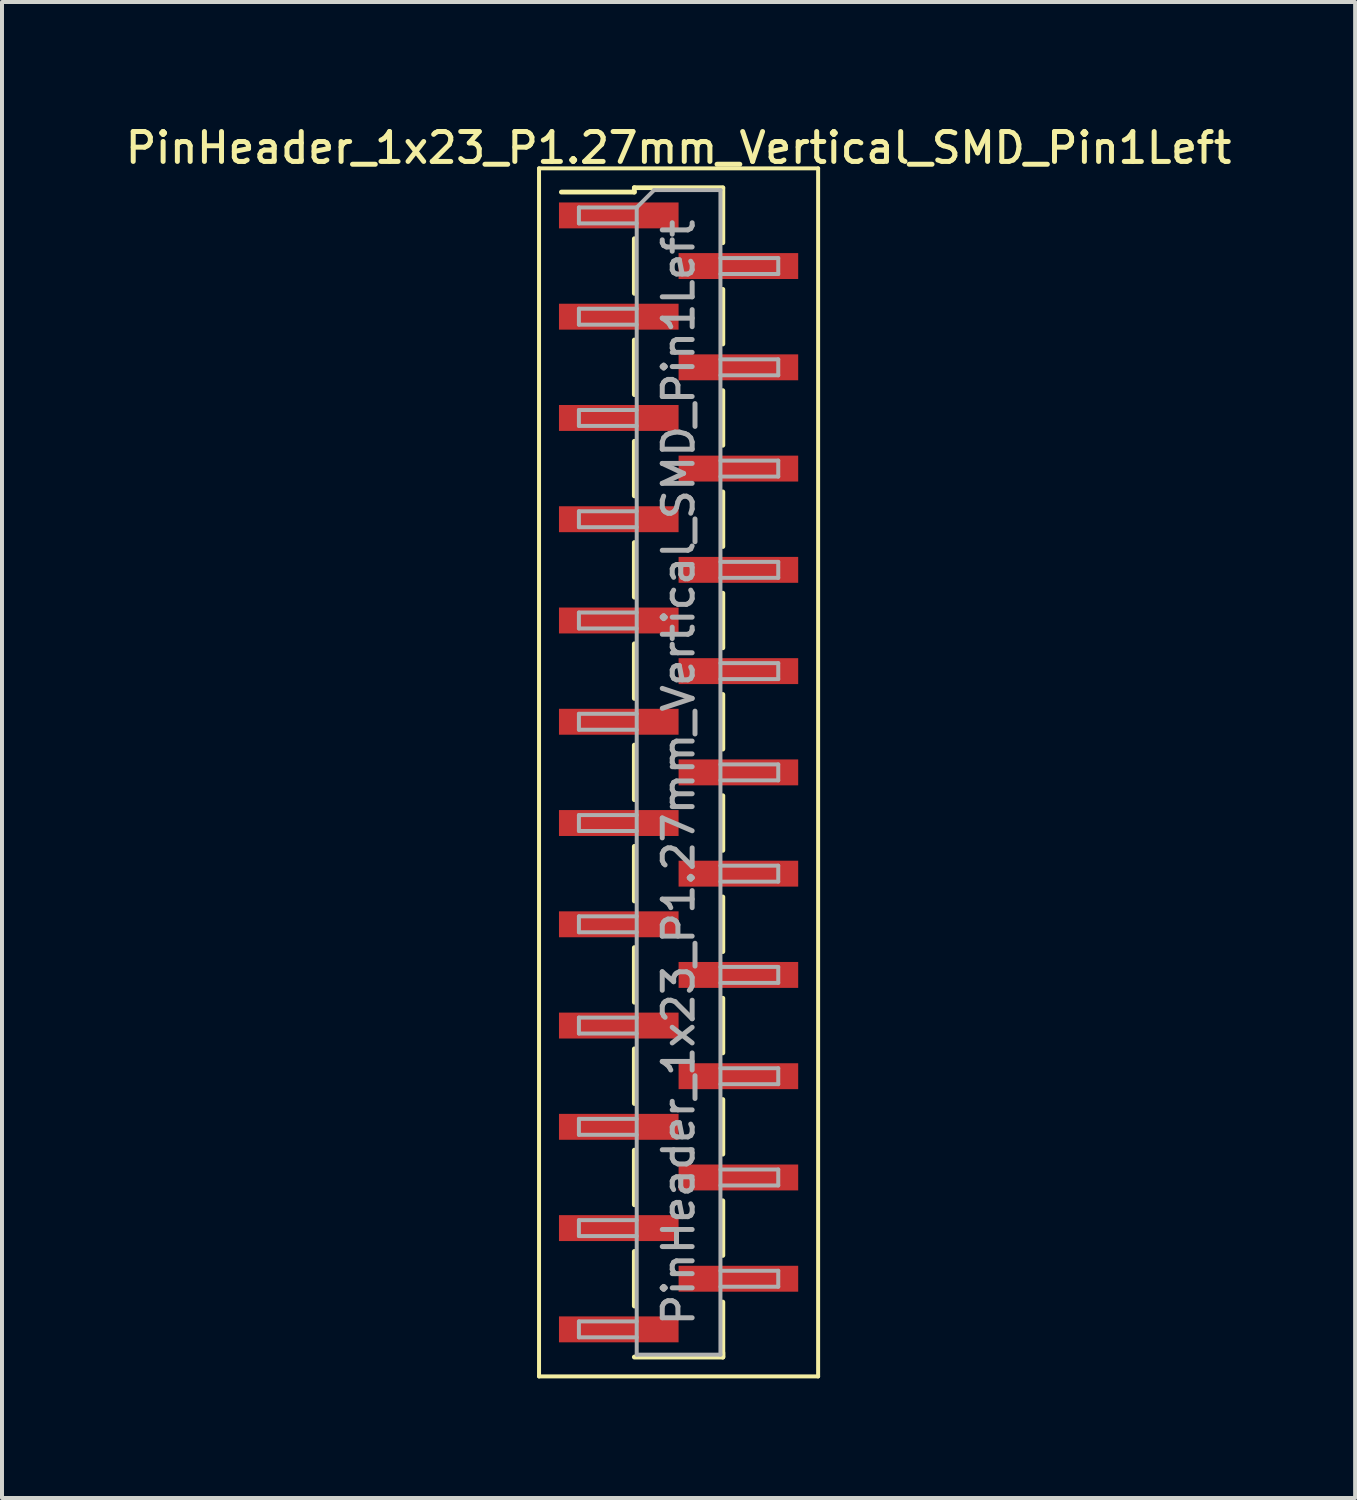
<source format=kicad_pcb>
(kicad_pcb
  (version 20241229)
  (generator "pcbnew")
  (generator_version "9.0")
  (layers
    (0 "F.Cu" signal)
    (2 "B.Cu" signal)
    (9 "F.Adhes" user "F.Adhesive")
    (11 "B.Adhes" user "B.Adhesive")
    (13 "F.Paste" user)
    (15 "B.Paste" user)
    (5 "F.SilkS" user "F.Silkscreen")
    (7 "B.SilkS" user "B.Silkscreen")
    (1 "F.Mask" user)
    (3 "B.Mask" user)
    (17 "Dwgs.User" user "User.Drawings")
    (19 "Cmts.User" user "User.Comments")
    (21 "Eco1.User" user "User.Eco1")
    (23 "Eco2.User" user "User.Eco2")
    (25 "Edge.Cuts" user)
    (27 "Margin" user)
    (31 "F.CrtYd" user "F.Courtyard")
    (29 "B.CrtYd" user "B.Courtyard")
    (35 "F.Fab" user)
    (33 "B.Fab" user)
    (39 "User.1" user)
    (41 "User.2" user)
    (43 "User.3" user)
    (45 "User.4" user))
  (footprint "PinHeader_1x23_P1.27mm_Vertical_SMD_Pin1Left"
    (layer "F.Cu")
    (at 13.97 16.323)
    (property "Reference" "PinHeader_1x23_P1.27mm_Vertical_SMD_Pin1Left" (at 0 -15.665 0) (layer "F.SilkS") (effects (font (size 0.75 0.75) (thickness 0.125))))
    (attr smd)
    (fp_line (start -3.5 -15.15) (end -3.5 15.15) (stroke (width 0.1) (type solid)) (layer "F.SilkS"))
    (fp_line (start -3.5 15.15) (end 3.5 15.15) (stroke (width 0.1) (type solid)) (layer "F.SilkS"))
    (fp_line (start -1.11 -14.665) (end -1.11 -14.555) (stroke (width 0.12) (type solid)) (layer "F.SilkS"))
    (fp_line (start -1.11 -14.665) (end 1.11 -14.665) (stroke (width 0.12) (type solid)) (layer "F.SilkS"))
    (fp_line (start -1.11 -14.555) (end -2.94 -14.555) (stroke (width 0.12) (type solid)) (layer "F.SilkS"))
    (fp_line (start -1.11 -13.385) (end -1.11 -12.015) (stroke (width 0.12) (type solid)) (layer "F.SilkS"))
    (fp_line (start -1.11 -10.845) (end -1.11 -9.475) (stroke (width 0.12) (type solid)) (layer "F.SilkS"))
    (fp_line (start -1.11 -8.305) (end -1.11 -6.935) (stroke (width 0.12) (type solid)) (layer "F.SilkS"))
    (fp_line (start -1.11 -5.765) (end -1.11 -4.395) (stroke (width 0.12) (type solid)) (layer "F.SilkS"))
    (fp_line (start -1.11 -3.225) (end -1.11 -1.855) (stroke (width 0.12) (type solid)) (layer "F.SilkS"))
    (fp_line (start -1.11 -0.685) (end -1.11 0.685) (stroke (width 0.12) (type solid)) (layer "F.SilkS"))
    (fp_line (start -1.11 1.855) (end -1.11 3.225) (stroke (width 0.12) (type solid)) (layer "F.SilkS"))
    (fp_line (start -1.11 4.395) (end -1.11 5.765) (stroke (width 0.12) (type solid)) (layer "F.SilkS"))
    (fp_line (start -1.11 6.935) (end -1.11 8.305) (stroke (width 0.12) (type solid)) (layer "F.SilkS"))
    (fp_line (start -1.11 9.475) (end -1.11 10.845) (stroke (width 0.12) (type solid)) (layer "F.SilkS"))
    (fp_line (start -1.11 12.015) (end -1.11 13.385) (stroke (width 0.12) (type solid)) (layer "F.SilkS"))
    (fp_line (start -1.11 14.665) (end 1.11 14.665) (stroke (width 0.12) (type solid)) (layer "F.SilkS"))
    (fp_line (start 1.11 -14.655) (end 1.11 -13.285) (stroke (width 0.12) (type solid)) (layer "F.SilkS"))
    (fp_line (start 1.11 -12.115) (end 1.11 -10.745) (stroke (width 0.12) (type solid)) (layer "F.SilkS"))
    (fp_line (start 1.11 -9.575) (end 1.11 -8.205) (stroke (width 0.12) (type solid)) (layer "F.SilkS"))
    (fp_line (start 1.11 -7.035) (end 1.11 -5.665) (stroke (width 0.12) (type solid)) (layer "F.SilkS"))
    (fp_line (start 1.11 -4.495) (end 1.11 -3.125) (stroke (width 0.12) (type solid)) (layer "F.SilkS"))
    (fp_line (start 1.11 -1.955) (end 1.11 -0.585) (stroke (width 0.12) (type solid)) (layer "F.SilkS"))
    (fp_line (start 1.11 0.585) (end 1.11 1.955) (stroke (width 0.12) (type solid)) (layer "F.SilkS"))
    (fp_line (start 1.11 3.125) (end 1.11 4.495) (stroke (width 0.12) (type solid)) (layer "F.SilkS"))
    (fp_line (start 1.11 5.665) (end 1.11 7.035) (stroke (width 0.12) (type solid)) (layer "F.SilkS"))
    (fp_line (start 1.11 8.205) (end 1.11 9.575) (stroke (width 0.12) (type solid)) (layer "F.SilkS"))
    (fp_line (start 1.11 10.745) (end 1.11 12.115) (stroke (width 0.12) (type solid)) (layer "F.SilkS"))
    (fp_line (start 1.11 13.285) (end 1.11 14.655) (stroke (width 0.12) (type solid)) (layer "F.SilkS"))
    (fp_line (start 1.11 14.555) (end 1.11 14.665) (stroke (width 0.12) (type solid)) (layer "F.SilkS"))
    (fp_line (start 3.5 -15.15) (end -3.5 -15.15) (stroke (width 0.1) (type solid)) (layer "F.SilkS"))
    (fp_line (start 3.5 15.15) (end 3.5 -15.15) (stroke (width 0.1) (type solid)) (layer "F.SilkS"))
    (fp_line (start -2.5 -14.17) (end -2.5 -13.77) (stroke (width 0.1) (type solid)) (layer "F.Fab"))
    (fp_line (start -2.5 -13.77) (end -1.05 -13.77) (stroke (width 0.1) (type solid)) (layer "F.Fab"))
    (fp_line (start -2.5 -11.63) (end -2.5 -11.23) (stroke (width 0.1) (type solid)) (layer "F.Fab"))
    (fp_line (start -2.5 -11.23) (end -1.05 -11.23) (stroke (width 0.1) (type solid)) (layer "F.Fab"))
    (fp_line (start -2.5 -9.09) (end -2.5 -8.69) (stroke (width 0.1) (type solid)) (layer "F.Fab"))
    (fp_line (start -2.5 -8.69) (end -1.05 -8.69) (stroke (width 0.1) (type solid)) (layer "F.Fab"))
    (fp_line (start -2.5 -6.55) (end -2.5 -6.15) (stroke (width 0.1) (type solid)) (layer "F.Fab"))
    (fp_line (start -2.5 -6.15) (end -1.05 -6.15) (stroke (width 0.1) (type solid)) (layer "F.Fab"))
    (fp_line (start -2.5 -4.01) (end -2.5 -3.61) (stroke (width 0.1) (type solid)) (layer "F.Fab"))
    (fp_line (start -2.5 -3.61) (end -1.05 -3.61) (stroke (width 0.1) (type solid)) (layer "F.Fab"))
    (fp_line (start -2.5 -1.47) (end -2.5 -1.07) (stroke (width 0.1) (type solid)) (layer "F.Fab"))
    (fp_line (start -2.5 -1.07) (end -1.05 -1.07) (stroke (width 0.1) (type solid)) (layer "F.Fab"))
    (fp_line (start -2.5 1.07) (end -2.5 1.47) (stroke (width 0.1) (type solid)) (layer "F.Fab"))
    (fp_line (start -2.5 1.47) (end -1.05 1.47) (stroke (width 0.1) (type solid)) (layer "F.Fab"))
    (fp_line (start -2.5 3.61) (end -2.5 4.01) (stroke (width 0.1) (type solid)) (layer "F.Fab"))
    (fp_line (start -2.5 4.01) (end -1.05 4.01) (stroke (width 0.1) (type solid)) (layer "F.Fab"))
    (fp_line (start -2.5 6.15) (end -2.5 6.55) (stroke (width 0.1) (type solid)) (layer "F.Fab"))
    (fp_line (start -2.5 6.55) (end -1.05 6.55) (stroke (width 0.1) (type solid)) (layer "F.Fab"))
    (fp_line (start -2.5 8.69) (end -2.5 9.09) (stroke (width 0.1) (type solid)) (layer "F.Fab"))
    (fp_line (start -2.5 9.09) (end -1.05 9.09) (stroke (width 0.1) (type solid)) (layer "F.Fab"))
    (fp_line (start -2.5 11.23) (end -2.5 11.63) (stroke (width 0.1) (type solid)) (layer "F.Fab"))
    (fp_line (start -2.5 11.63) (end -1.05 11.63) (stroke (width 0.1) (type solid)) (layer "F.Fab"))
    (fp_line (start -2.5 13.77) (end -2.5 14.17) (stroke (width 0.1) (type solid)) (layer "F.Fab"))
    (fp_line (start -2.5 14.17) (end -1.05 14.17) (stroke (width 0.1) (type solid)) (layer "F.Fab"))
    (fp_line (start -1.05 -14.17) (end -2.5 -14.17) (stroke (width 0.1) (type solid)) (layer "F.Fab"))
    (fp_line (start -1.05 -14.17) (end -0.615 -14.605) (stroke (width 0.1) (type solid)) (layer "F.Fab"))
    (fp_line (start -1.05 -11.63) (end -2.5 -11.63) (stroke (width 0.1) (type solid)) (layer "F.Fab"))
    (fp_line (start -1.05 -9.09) (end -2.5 -9.09) (stroke (width 0.1) (type solid)) (layer "F.Fab"))
    (fp_line (start -1.05 -6.55) (end -2.5 -6.55) (stroke (width 0.1) (type solid)) (layer "F.Fab"))
    (fp_line (start -1.05 -4.01) (end -2.5 -4.01) (stroke (width 0.1) (type solid)) (layer "F.Fab"))
    (fp_line (start -1.05 -1.47) (end -2.5 -1.47) (stroke (width 0.1) (type solid)) (layer "F.Fab"))
    (fp_line (start -1.05 1.07) (end -2.5 1.07) (stroke (width 0.1) (type solid)) (layer "F.Fab"))
    (fp_line (start -1.05 3.61) (end -2.5 3.61) (stroke (width 0.1) (type solid)) (layer "F.Fab"))
    (fp_line (start -1.05 6.15) (end -2.5 6.15) (stroke (width 0.1) (type solid)) (layer "F.Fab"))
    (fp_line (start -1.05 8.69) (end -2.5 8.69) (stroke (width 0.1) (type solid)) (layer "F.Fab"))
    (fp_line (start -1.05 11.23) (end -2.5 11.23) (stroke (width 0.1) (type solid)) (layer "F.Fab"))
    (fp_line (start -1.05 13.77) (end -2.5 13.77) (stroke (width 0.1) (type solid)) (layer "F.Fab"))
    (fp_line (start -1.05 14.605) (end -1.05 -14.17) (stroke (width 0.1) (type solid)) (layer "F.Fab"))
    (fp_line (start -0.615 -14.605) (end 1.05 -14.605) (stroke (width 0.1) (type solid)) (layer "F.Fab"))
    (fp_line (start 1.05 -14.605) (end 1.05 14.605) (stroke (width 0.1) (type solid)) (layer "F.Fab"))
    (fp_line (start 1.05 -12.9) (end 2.5 -12.9) (stroke (width 0.1) (type solid)) (layer "F.Fab"))
    (fp_line (start 1.05 -10.36) (end 2.5 -10.36) (stroke (width 0.1) (type solid)) (layer "F.Fab"))
    (fp_line (start 1.05 -7.82) (end 2.5 -7.82) (stroke (width 0.1) (type solid)) (layer "F.Fab"))
    (fp_line (start 1.05 -5.28) (end 2.5 -5.28) (stroke (width 0.1) (type solid)) (layer "F.Fab"))
    (fp_line (start 1.05 -2.74) (end 2.5 -2.74) (stroke (width 0.1) (type solid)) (layer "F.Fab"))
    (fp_line (start 1.05 -0.2) (end 2.5 -0.2) (stroke (width 0.1) (type solid)) (layer "F.Fab"))
    (fp_line (start 1.05 2.34) (end 2.5 2.34) (stroke (width 0.1) (type solid)) (layer "F.Fab"))
    (fp_line (start 1.05 4.88) (end 2.5 4.88) (stroke (width 0.1) (type solid)) (layer "F.Fab"))
    (fp_line (start 1.05 7.42) (end 2.5 7.42) (stroke (width 0.1) (type solid)) (layer "F.Fab"))
    (fp_line (start 1.05 9.96) (end 2.5 9.96) (stroke (width 0.1) (type solid)) (layer "F.Fab"))
    (fp_line (start 1.05 12.5) (end 2.5 12.5) (stroke (width 0.1) (type solid)) (layer "F.Fab"))
    (fp_line (start 1.05 14.605) (end -1.05 14.605) (stroke (width 0.1) (type solid)) (layer "F.Fab"))
    (fp_line (start 2.5 -12.9) (end 2.5 -12.5) (stroke (width 0.1) (type solid)) (layer "F.Fab"))
    (fp_line (start 2.5 -12.5) (end 1.05 -12.5) (stroke (width 0.1) (type solid)) (layer "F.Fab"))
    (fp_line (start 2.5 -10.36) (end 2.5 -9.96) (stroke (width 0.1) (type solid)) (layer "F.Fab"))
    (fp_line (start 2.5 -9.96) (end 1.05 -9.96) (stroke (width 0.1) (type solid)) (layer "F.Fab"))
    (fp_line (start 2.5 -7.82) (end 2.5 -7.42) (stroke (width 0.1) (type solid)) (layer "F.Fab"))
    (fp_line (start 2.5 -7.42) (end 1.05 -7.42) (stroke (width 0.1) (type solid)) (layer "F.Fab"))
    (fp_line (start 2.5 -5.28) (end 2.5 -4.88) (stroke (width 0.1) (type solid)) (layer "F.Fab"))
    (fp_line (start 2.5 -4.88) (end 1.05 -4.88) (stroke (width 0.1) (type solid)) (layer "F.Fab"))
    (fp_line (start 2.5 -2.74) (end 2.5 -2.34) (stroke (width 0.1) (type solid)) (layer "F.Fab"))
    (fp_line (start 2.5 -2.34) (end 1.05 -2.34) (stroke (width 0.1) (type solid)) (layer "F.Fab"))
    (fp_line (start 2.5 -0.2) (end 2.5 0.2) (stroke (width 0.1) (type solid)) (layer "F.Fab"))
    (fp_line (start 2.5 0.2) (end 1.05 0.2) (stroke (width 0.1) (type solid)) (layer "F.Fab"))
    (fp_line (start 2.5 2.34) (end 2.5 2.74) (stroke (width 0.1) (type solid)) (layer "F.Fab"))
    (fp_line (start 2.5 2.74) (end 1.05 2.74) (stroke (width 0.1) (type solid)) (layer "F.Fab"))
    (fp_line (start 2.5 4.88) (end 2.5 5.28) (stroke (width 0.1) (type solid)) (layer "F.Fab"))
    (fp_line (start 2.5 5.28) (end 1.05 5.28) (stroke (width 0.1) (type solid)) (layer "F.Fab"))
    (fp_line (start 2.5 7.42) (end 2.5 7.82) (stroke (width 0.1) (type solid)) (layer "F.Fab"))
    (fp_line (start 2.5 7.82) (end 1.05 7.82) (stroke (width 0.1) (type solid)) (layer "F.Fab"))
    (fp_line (start 2.5 9.96) (end 2.5 10.36) (stroke (width 0.1) (type solid)) (layer "F.Fab"))
    (fp_line (start 2.5 10.36) (end 1.05 10.36) (stroke (width 0.1) (type solid)) (layer "F.Fab"))
    (fp_line (start 2.5 12.5) (end 2.5 12.9) (stroke (width 0.1) (type solid)) (layer "F.Fab"))
    (fp_line (start 2.5 12.9) (end 1.05 12.9) (stroke (width 0.1) (type solid)) (layer "F.Fab"))
    (fp_text user "${REFERENCE}" (at 0 0 90) (layer "F.Fab") (effects (font (size 0.75 0.75) (thickness 0.125))))
    (pad "1" smd rect (at -1.5 -13.97) (size 3 0.65) (layers "F.Cu" "F.Mask" "F.Paste"))
    (pad "2" smd rect (at 1.5 -12.7) (size 3 0.65) (layers "F.Cu" "F.Mask" "F.Paste"))
    (pad "3" smd rect (at -1.5 -11.43) (size 3 0.65) (layers "F.Cu" "F.Mask" "F.Paste"))
    (pad "4" smd rect (at 1.5 -10.16) (size 3 0.65) (layers "F.Cu" "F.Mask" "F.Paste"))
    (pad "5" smd rect (at -1.5 -8.89) (size 3 0.65) (layers "F.Cu" "F.Mask" "F.Paste"))
    (pad "6" smd rect (at 1.5 -7.62) (size 3 0.65) (layers "F.Cu" "F.Mask" "F.Paste"))
    (pad "7" smd rect (at -1.5 -6.35) (size 3 0.65) (layers "F.Cu" "F.Mask" "F.Paste"))
    (pad "8" smd rect (at 1.5 -5.08) (size 3 0.65) (layers "F.Cu" "F.Mask" "F.Paste"))
    (pad "9" smd rect (at -1.5 -3.81) (size 3 0.65) (layers "F.Cu" "F.Mask" "F.Paste"))
    (pad "10" smd rect (at 1.5 -2.54) (size 3 0.65) (layers "F.Cu" "F.Mask" "F.Paste"))
    (pad "11" smd rect (at -1.5 -1.27) (size 3 0.65) (layers "F.Cu" "F.Mask" "F.Paste"))
    (pad "12" smd rect (at 1.5 0) (size 3 0.65) (layers "F.Cu" "F.Mask" "F.Paste"))
    (pad "13" smd rect (at -1.5 1.27) (size 3 0.65) (layers "F.Cu" "F.Mask" "F.Paste"))
    (pad "14" smd rect (at 1.5 2.54) (size 3 0.65) (layers "F.Cu" "F.Mask" "F.Paste"))
    (pad "15" smd rect (at -1.5 3.81) (size 3 0.65) (layers "F.Cu" "F.Mask" "F.Paste"))
    (pad "16" smd rect (at 1.5 5.08) (size 3 0.65) (layers "F.Cu" "F.Mask" "F.Paste"))
    (pad "17" smd rect (at -1.5 6.35) (size 3 0.65) (layers "F.Cu" "F.Mask" "F.Paste"))
    (pad "18" smd rect (at 1.5 7.62) (size 3 0.65) (layers "F.Cu" "F.Mask" "F.Paste"))
    (pad "19" smd rect (at -1.5 8.89) (size 3 0.65) (layers "F.Cu" "F.Mask" "F.Paste"))
    (pad "20" smd rect (at 1.5 10.16) (size 3 0.65) (layers "F.Cu" "F.Mask" "F.Paste"))
    (pad "21" smd rect (at -1.5 11.43) (size 3 0.65) (layers "F.Cu" "F.Mask" "F.Paste"))
    (pad "22" smd rect (at 1.5 12.7) (size 3 0.65) (layers "F.Cu" "F.Mask" "F.Paste"))
    (pad "23" smd rect (at -1.5 13.97) (size 3 0.65) (layers "F.Cu" "F.Mask" "F.Paste")))
  (gr_rect
    (start -3 -3)
    (end 30.939 34.523)
    (stroke (width 0.1) (type default))
    (fill no)
    (layer "Edge.Cuts")))
</source>
